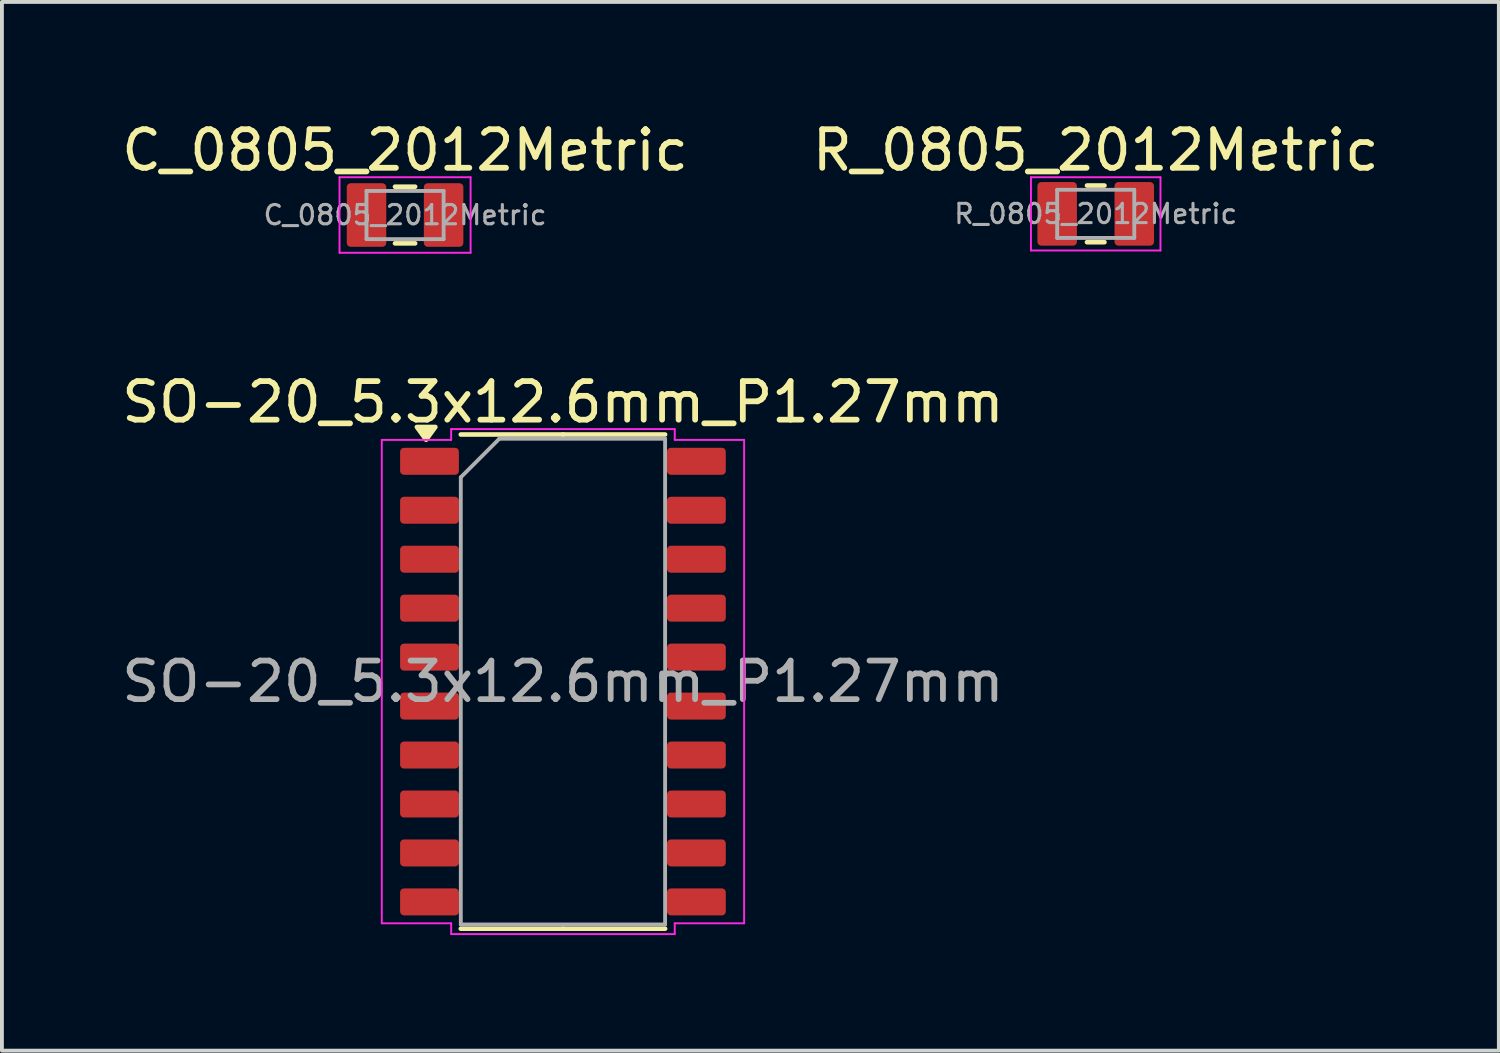
<source format=kicad_pcb>
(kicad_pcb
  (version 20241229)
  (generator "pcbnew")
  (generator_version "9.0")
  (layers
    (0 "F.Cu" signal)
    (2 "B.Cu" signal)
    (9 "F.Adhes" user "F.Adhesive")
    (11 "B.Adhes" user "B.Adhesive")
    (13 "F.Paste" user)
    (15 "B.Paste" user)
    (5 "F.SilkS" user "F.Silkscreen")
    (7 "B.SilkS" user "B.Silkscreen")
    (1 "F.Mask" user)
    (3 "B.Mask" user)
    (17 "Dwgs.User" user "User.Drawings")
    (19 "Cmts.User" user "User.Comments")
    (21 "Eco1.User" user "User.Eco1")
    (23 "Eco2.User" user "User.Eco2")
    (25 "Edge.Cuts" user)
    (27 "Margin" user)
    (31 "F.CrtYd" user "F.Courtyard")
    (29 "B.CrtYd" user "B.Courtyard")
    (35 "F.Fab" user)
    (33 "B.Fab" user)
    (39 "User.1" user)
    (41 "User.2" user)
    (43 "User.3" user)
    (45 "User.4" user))
  (footprint "C_0805_2012Metric"
    (layer "F.Cu")
    (at 7.458 2.528)
    (property "Reference" "C_0805_2012Metric" (at 0 -1.68 0) (layer "F.SilkS") (effects (font (size 1 1) (thickness 0.15))))
    (attr smd)
    (fp_line (start -0.261 -0.735) (end 0.261 -0.735) (stroke (width 0.12) (type solid)) (layer "F.SilkS"))
    (fp_line (start -0.261 0.735) (end 0.261 0.735) (stroke (width 0.12) (type solid)) (layer "F.SilkS"))
    (fp_line (start -1.7 -0.98) (end 1.7 -0.98) (stroke (width 0.05) (type solid)) (layer "F.CrtYd"))
    (fp_line (start -1.7 0.98) (end -1.7 -0.98) (stroke (width 0.05) (type solid)) (layer "F.CrtYd"))
    (fp_line (start 1.7 -0.98) (end 1.7 0.98) (stroke (width 0.05) (type solid)) (layer "F.CrtYd"))
    (fp_line (start 1.7 0.98) (end -1.7 0.98) (stroke (width 0.05) (type solid)) (layer "F.CrtYd"))
    (fp_line (start -1 -0.625) (end 1 -0.625) (stroke (width 0.1) (type solid)) (layer "F.Fab"))
    (fp_line (start -1 0.625) (end -1 -0.625) (stroke (width 0.1) (type solid)) (layer "F.Fab"))
    (fp_line (start 1 -0.625) (end 1 0.625) (stroke (width 0.1) (type solid)) (layer "F.Fab"))
    (fp_line (start 1 0.625) (end -1 0.625) (stroke (width 0.1) (type solid)) (layer "F.Fab"))
    (fp_text user "${REFERENCE}" (at 0 0 0) (layer "F.Fab") (effects (font (size 0.5 0.5) (thickness 0.08))))
    (pad "1" smd roundrect (at -1 0) (size 1.025 1.65) (layers "F.Cu" "F.Mask" "F.Paste") (roundrect_rratio 0.098))
    (pad "2" smd roundrect (at 1 0) (size 1.025 1.65) (layers "F.Cu" "F.Mask" "F.Paste") (roundrect_rratio 0.098)))
  (footprint "SO-20_5.3x12.6mm_P1.27mm"
    (layer "F.Cu")
    (at 11.554 14.632)
    (property "Reference" "SO-20_5.3x12.6mm_P1.27mm" (at 0 -7.25 0) (layer "F.SilkS") (effects (font (size 1 1) (thickness 0.15))))
    (attr smd)
    (fp_line (start 0 -6.41) (end -2.65 -6.41) (stroke (width 0.12) (type solid)) (layer "F.SilkS"))
    (fp_line (start 0 -6.41) (end 2.65 -6.41) (stroke (width 0.12) (type solid)) (layer "F.SilkS"))
    (fp_line (start 0 6.41) (end -2.65 6.41) (stroke (width 0.12) (type solid)) (layer "F.SilkS"))
    (fp_line (start 0 6.41) (end 2.65 6.41) (stroke (width 0.12) (type solid)) (layer "F.SilkS"))
    (fp_poly (pts (xy -3.55 -6.275) (xy -3.79 -6.605) (xy -3.31 -6.605)) (stroke (width 0.12) (type solid)) (fill yes) (layer "F.SilkS"))
    (fp_line (start -4.7 -6.27) (end -2.9 -6.27) (stroke (width 0.05) (type solid)) (layer "F.CrtYd"))
    (fp_line (start -4.7 6.27) (end -4.7 -6.27) (stroke (width 0.05) (type solid)) (layer "F.CrtYd"))
    (fp_line (start -2.9 -6.55) (end 2.9 -6.55) (stroke (width 0.05) (type solid)) (layer "F.CrtYd"))
    (fp_line (start -2.9 -6.27) (end -2.9 -6.55) (stroke (width 0.05) (type solid)) (layer "F.CrtYd"))
    (fp_line (start -2.9 6.27) (end -4.7 6.27) (stroke (width 0.05) (type solid)) (layer "F.CrtYd"))
    (fp_line (start -2.9 6.55) (end -2.9 6.27) (stroke (width 0.05) (type solid)) (layer "F.CrtYd"))
    (fp_line (start 2.9 -6.55) (end 2.9 -6.27) (stroke (width 0.05) (type solid)) (layer "F.CrtYd"))
    (fp_line (start 2.9 -6.27) (end 4.7 -6.27) (stroke (width 0.05) (type solid)) (layer "F.CrtYd"))
    (fp_line (start 2.9 6.27) (end 2.9 6.55) (stroke (width 0.05) (type solid)) (layer "F.CrtYd"))
    (fp_line (start 2.9 6.55) (end -2.9 6.55) (stroke (width 0.05) (type solid)) (layer "F.CrtYd"))
    (fp_line (start 4.7 -6.27) (end 4.7 6.27) (stroke (width 0.05) (type solid)) (layer "F.CrtYd"))
    (fp_line (start 4.7 6.27) (end 2.9 6.27) (stroke (width 0.05) (type solid)) (layer "F.CrtYd"))
    (fp_line (start -2.65 -5.3) (end -1.65 -6.3) (stroke (width 0.1) (type solid)) (layer "F.Fab"))
    (fp_line (start -2.65 6.3) (end -2.65 -5.3) (stroke (width 0.1) (type solid)) (layer "F.Fab"))
    (fp_line (start -1.65 -6.3) (end 2.65 -6.3) (stroke (width 0.1) (type solid)) (layer "F.Fab"))
    (fp_line (start 2.65 -6.3) (end 2.65 6.3) (stroke (width 0.1) (type solid)) (layer "F.Fab"))
    (fp_line (start 2.65 6.3) (end -2.65 6.3) (stroke (width 0.1) (type solid)) (layer "F.Fab"))
    (fp_text user "${REFERENCE}" (at 0 0 0) (layer "F.Fab") (effects (font (size 1 1) (thickness 0.15))))
    (pad "1" smd roundrect (at -3.462 -5.715) (size 1.525 0.7) (layers "F.Cu" "F.Mask" "F.Paste") (roundrect_rratio 0.143))
    (pad "2" smd roundrect (at -3.462 -4.445) (size 1.525 0.7) (layers "F.Cu" "F.Mask" "F.Paste") (roundrect_rratio 0.143))
    (pad "3" smd roundrect (at -3.462 -3.175) (size 1.525 0.7) (layers "F.Cu" "F.Mask" "F.Paste") (roundrect_rratio 0.143))
    (pad "4" smd roundrect (at -3.462 -1.905) (size 1.525 0.7) (layers "F.Cu" "F.Mask" "F.Paste") (roundrect_rratio 0.143))
    (pad "5" smd roundrect (at -3.462 -0.635) (size 1.525 0.7) (layers "F.Cu" "F.Mask" "F.Paste") (roundrect_rratio 0.143))
    (pad "6" smd roundrect (at -3.462 0.635) (size 1.525 0.7) (layers "F.Cu" "F.Mask" "F.Paste") (roundrect_rratio 0.143))
    (pad "7" smd roundrect (at -3.462 1.905) (size 1.525 0.7) (layers "F.Cu" "F.Mask" "F.Paste") (roundrect_rratio 0.143))
    (pad "8" smd roundrect (at -3.462 3.175) (size 1.525 0.7) (layers "F.Cu" "F.Mask" "F.Paste") (roundrect_rratio 0.143))
    (pad "9" smd roundrect (at -3.462 4.445) (size 1.525 0.7) (layers "F.Cu" "F.Mask" "F.Paste") (roundrect_rratio 0.143))
    (pad "10" smd roundrect (at -3.462 5.715) (size 1.525 0.7) (layers "F.Cu" "F.Mask" "F.Paste") (roundrect_rratio 0.143))
    (pad "11" smd roundrect (at 3.462 5.715) (size 1.525 0.7) (layers "F.Cu" "F.Mask" "F.Paste") (roundrect_rratio 0.143))
    (pad "12" smd roundrect (at 3.462 4.445) (size 1.525 0.7) (layers "F.Cu" "F.Mask" "F.Paste") (roundrect_rratio 0.143))
    (pad "13" smd roundrect (at 3.462 3.175) (size 1.525 0.7) (layers "F.Cu" "F.Mask" "F.Paste") (roundrect_rratio 0.143))
    (pad "14" smd roundrect (at 3.462 1.905) (size 1.525 0.7) (layers "F.Cu" "F.Mask" "F.Paste") (roundrect_rratio 0.143))
    (pad "15" smd roundrect (at 3.462 0.635) (size 1.525 0.7) (layers "F.Cu" "F.Mask" "F.Paste") (roundrect_rratio 0.143))
    (pad "16" smd roundrect (at 3.462 -0.635) (size 1.525 0.7) (layers "F.Cu" "F.Mask" "F.Paste") (roundrect_rratio 0.143))
    (pad "17" smd roundrect (at 3.462 -1.905) (size 1.525 0.7) (layers "F.Cu" "F.Mask" "F.Paste") (roundrect_rratio 0.143))
    (pad "18" smd roundrect (at 3.462 -3.175) (size 1.525 0.7) (layers "F.Cu" "F.Mask" "F.Paste") (roundrect_rratio 0.143))
    (pad "19" smd roundrect (at 3.462 -4.445) (size 1.525 0.7) (layers "F.Cu" "F.Mask" "F.Paste") (roundrect_rratio 0.143))
    (pad "20" smd roundrect (at 3.462 -5.715) (size 1.525 0.7) (layers "F.Cu" "F.Mask" "F.Paste") (roundrect_rratio 0.143)))
  (footprint "R_0805_2012Metric"
    (layer "F.Cu")
    (at 25.375 2.498)
    (property "Reference" "R_0805_2012Metric" (at 0 -1.65 0) (layer "F.SilkS") (effects (font (size 1 1) (thickness 0.15))))
    (attr smd)
    (fp_line (start -0.227 -0.735) (end 0.227 -0.735) (stroke (width 0.12) (type solid)) (layer "F.SilkS"))
    (fp_line (start -0.227 0.735) (end 0.227 0.735) (stroke (width 0.12) (type solid)) (layer "F.SilkS"))
    (fp_line (start -1.68 -0.95) (end 1.68 -0.95) (stroke (width 0.05) (type solid)) (layer "F.CrtYd"))
    (fp_line (start -1.68 0.95) (end -1.68 -0.95) (stroke (width 0.05) (type solid)) (layer "F.CrtYd"))
    (fp_line (start 1.68 -0.95) (end 1.68 0.95) (stroke (width 0.05) (type solid)) (layer "F.CrtYd"))
    (fp_line (start 1.68 0.95) (end -1.68 0.95) (stroke (width 0.05) (type solid)) (layer "F.CrtYd"))
    (fp_line (start -1 -0.625) (end 1 -0.625) (stroke (width 0.1) (type solid)) (layer "F.Fab"))
    (fp_line (start -1 0.625) (end -1 -0.625) (stroke (width 0.1) (type solid)) (layer "F.Fab"))
    (fp_line (start 1 -0.625) (end 1 0.625) (stroke (width 0.1) (type solid)) (layer "F.Fab"))
    (fp_line (start 1 0.625) (end -1 0.625) (stroke (width 0.1) (type solid)) (layer "F.Fab"))
    (fp_text user "${REFERENCE}" (at 0 0 0) (layer "F.Fab") (effects (font (size 0.5 0.5) (thickness 0.08))))
    (pad "1" smd roundrect (at -1 0) (size 1.025 1.65) (layers "F.Cu" "F.Mask" "F.Paste") (roundrect_rratio 0.098))
    (pad "2" smd roundrect (at 1 0) (size 1.025 1.65) (layers "F.Cu" "F.Mask" "F.Paste") (roundrect_rratio 0.098)))
  (gr_rect
    (start -3 -3)
    (end 35.833 24.206)
    (stroke (width 0.1) (type default))
    (fill no)
    (layer "Edge.Cuts")))
</source>
